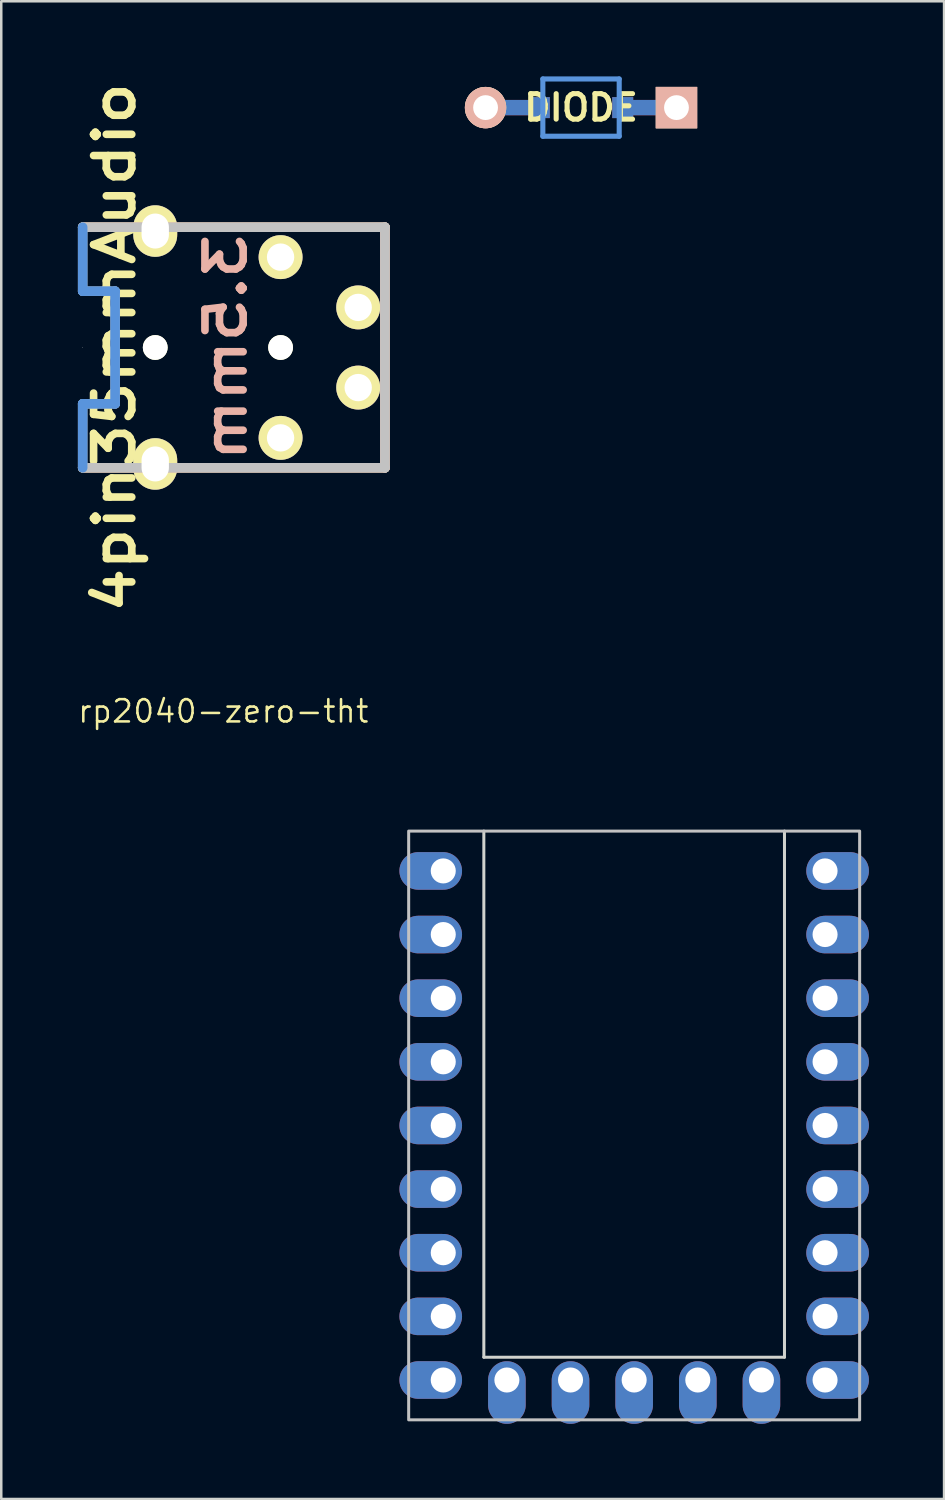
<source format=kicad_pcb>
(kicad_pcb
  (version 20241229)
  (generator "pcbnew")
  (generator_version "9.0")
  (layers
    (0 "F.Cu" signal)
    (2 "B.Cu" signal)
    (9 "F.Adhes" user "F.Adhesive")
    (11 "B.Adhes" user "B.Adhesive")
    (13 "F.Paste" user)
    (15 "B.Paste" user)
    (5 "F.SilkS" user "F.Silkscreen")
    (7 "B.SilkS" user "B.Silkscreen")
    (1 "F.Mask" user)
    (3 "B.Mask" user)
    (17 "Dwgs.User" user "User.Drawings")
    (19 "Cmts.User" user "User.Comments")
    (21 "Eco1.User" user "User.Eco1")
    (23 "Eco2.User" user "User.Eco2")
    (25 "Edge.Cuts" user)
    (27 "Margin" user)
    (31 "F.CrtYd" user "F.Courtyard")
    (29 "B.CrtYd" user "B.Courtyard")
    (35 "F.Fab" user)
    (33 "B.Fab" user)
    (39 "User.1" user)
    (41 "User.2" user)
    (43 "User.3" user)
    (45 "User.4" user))
  (footprint "DIODE"
    (layer "F.Cu")
    (at 20.141 1.245)
    (property "Reference" "DIODE" (at 0 0 0) (layer "F.SilkS") (effects (font (size 1.016 1.016) (thickness 0.203))))
    (attr through_hole)
    (fp_line (start -3.81 0) (end -1.664 0) (stroke (width 0.61) (type solid)) (layer "F.Cu"))
    (fp_line (start 1.664 0) (end 3.81 0) (stroke (width 0.61) (type solid)) (layer "F.Cu"))
    (fp_line (start -3.81 0) (end -1.664 0) (stroke (width 0.61) (type solid)) (layer "B.Cu"))
    (fp_line (start 1.664 0) (end 3.81 0) (stroke (width 0.61) (type solid)) (layer "B.Cu"))
    (fp_line (start -1.524 -1.143) (end 1.524 -1.143) (stroke (width 0.203) (type solid)) (layer "Cmts.User"))
    (fp_line (start -1.524 1.143) (end -1.524 -1.143) (stroke (width 0.203) (type solid)) (layer "Cmts.User"))
    (fp_line (start 1.524 -1.143) (end 1.524 1.143) (stroke (width 0.203) (type solid)) (layer "Cmts.User"))
    (fp_line (start 1.524 1.143) (end -1.524 1.143) (stroke (width 0.203) (type solid)) (layer "Cmts.User"))
    (pad "1" thru_hole circle (at -3.81 0) (size 1.651 1.651) (drill 0.991) (layers "*.Cu" "*.SilkS" "*.Mask"))
    (pad "2" thru_hole rect (at 3.81 0) (size 1.651 1.651) (drill 0.991) (layers "*.Cu" "*.SilkS" "*.Mask"))
    (pad "99" smd rect (at -1.664 0) (size 0.838 0.838) (layers "F.Cu" "F.Mask" "F.Paste"))
    (pad "99" smd rect (at -1.664 0) (size 0.838 0.838) (layers "B.Cu" "B.Mask" "B.Paste"))
    (pad "99" smd rect (at 1.664 0) (size 0.838 0.838) (layers "F.Cu" "F.Mask" "F.Paste"))
    (pad "99" smd rect (at 1.664 0) (size 0.838 0.838) (layers "B.Cu" "B.Mask" "B.Paste")))
  (footprint "rp2040-zero-tht"
    (layer "F.Cu")
    (at 22.262 41.872)
    (property "Reference" "rp2040-zero-tht" (at -16.399 -16.533 0) (layer "F.SilkS") (effects (font (size 0.889 0.889) (thickness 0.102))))
    (attr through_hole exclude_from_pos_files)
    (fp_rect (start -9 -11.75) (end 9 11.75) (stroke (width 0.12) (type solid)) (fill no) (layer "Dwgs.User"))
    (fp_line (start -6 -11.75) (end -6 9.25) (stroke (width 0.12) (type solid)) (layer "Edge.Cuts"))
    (fp_line (start -6 9.25) (end 6 9.25) (stroke (width 0.12) (type solid)) (layer "Edge.Cuts"))
    (fp_line (start 6 9.25) (end 6 -11.75) (stroke (width 0.12) (type solid)) (layer "Edge.Cuts"))
    (pad "1" thru_hole oval (at 7.62 -10.16 180) (size 2.5 1.5) (drill 1 (offset -0.5 0)) (layers "*.Cu" "*.Mask"))
    (pad "2" thru_hole oval (at 7.62 -7.62 180) (size 2.5 1.5) (drill 1 (offset -0.5 0)) (layers "*.Cu" "*.Mask"))
    (pad "3" thru_hole oval (at 7.62 -5.08 180) (size 2.5 1.5) (drill 1 (offset -0.5 0)) (layers "*.Cu" "*.Mask"))
    (pad "4" thru_hole oval (at 7.62 -2.54 180) (size 2.5 1.5) (drill 1 (offset -0.5 0)) (layers "*.Cu" "*.Mask"))
    (pad "5" thru_hole oval (at 7.62 0 180) (size 2.5 1.5) (drill 1 (offset -0.5 0)) (layers "*.Cu" "*.Mask"))
    (pad "6" thru_hole oval (at 7.62 2.54 180) (size 2.5 1.5) (drill 1 (offset -0.5 0)) (layers "*.Cu" "*.Mask"))
    (pad "7" thru_hole oval (at 7.62 5.08 180) (size 2.5 1.5) (drill 1 (offset -0.5 0)) (layers "*.Cu" "*.Mask"))
    (pad "8" thru_hole oval (at 7.62 7.62 180) (size 2.5 1.5) (drill 1 (offset -0.5 0)) (layers "*.Cu" "*.Mask"))
    (pad "9" thru_hole oval (at 7.62 10.16 180) (size 2.5 1.5) (drill 1 (offset -0.5 0)) (layers "*.Cu" "*.Mask"))
    (pad "10" thru_hole oval (at 5.08 10.16 90) (size 2.5 1.5) (drill 1 (offset -0.5 0)) (layers "*.Cu" "*.Mask"))
    (pad "11" thru_hole oval (at 2.54 10.16 90) (size 2.5 1.5) (drill 1 (offset -0.5 0)) (layers "*.Cu" "*.Mask"))
    (pad "12" thru_hole oval (at 0 10.16 90) (size 2.5 1.5) (drill 1 (offset -0.5 0)) (layers "*.Cu" "*.Mask"))
    (pad "13" thru_hole oval (at -2.54 10.16 90) (size 2.5 1.5) (drill 1 (offset -0.5 0)) (layers "*.Cu" "*.Mask"))
    (pad "14" thru_hole oval (at -5.08 10.16 90) (size 2.5 1.5) (drill 1 (offset -0.5 0)) (layers "*.Cu" "*.Mask"))
    (pad "15" thru_hole oval (at -7.62 10.16) (size 2.5 1.5) (drill 1 (offset -0.5 0)) (layers "*.Cu" "*.Mask"))
    (pad "16" thru_hole oval (at -7.62 7.62) (size 2.5 1.5) (drill 1 (offset -0.5 0)) (layers "*.Cu" "*.Mask"))
    (pad "17" thru_hole oval (at -7.62 5.08) (size 2.5 1.5) (drill 1 (offset -0.5 0)) (layers "*.Cu" "*.Mask"))
    (pad "18" thru_hole oval (at -7.62 2.54) (size 2.5 1.5) (drill 1 (offset -0.5 0)) (layers "*.Cu" "*.Mask"))
    (pad "19" thru_hole oval (at -7.62 0) (size 2.5 1.5) (drill 1 (offset -0.5 0)) (layers "*.Cu" "*.Mask"))
    (pad "20" thru_hole oval (at -7.62 -2.54) (size 2.5 1.5) (drill 1 (offset -0.5 0)) (layers "*.Cu" "*.Mask"))
    (pad "21" thru_hole oval (at -7.62 -5.08) (size 2.5 1.5) (drill 1 (offset -0.5 0)) (layers "*.Cu" "*.Mask"))
    (pad "22" thru_hole oval (at -7.62 -7.62) (size 2.5 1.5) (drill 1 (offset -0.5 0)) (layers "*.Cu" "*.Mask"))
    (pad "23" thru_hole oval (at -7.62 -10.16) (size 2.5 1.5) (drill 1 (offset -0.5 0)) (layers "*.Cu" "*.Mask")))
  (footprint "4pin35mmAudio"
    (layer "F.Cu")
    (at 0.25 10.82)
    (property "Reference" "4pin35mmAudio" (at 1.27 0 90) (layer "F.SilkS") (effects (font (size 1.524 1.778) (thickness 0.305))))
    (attr through_hole)
    (fp_line (start 0 -4.801) (end 12.065 -4.801) (stroke (width 0.381) (type solid)) (layer "F.SilkS"))
    (fp_line (start 12.065 -4.801) (end 12.065 4.801) (stroke (width 0.381) (type solid)) (layer "F.SilkS"))
    (fp_line (start 12.065 4.801) (end 0 4.801) (stroke (width 0.381) (type solid)) (layer "F.SilkS"))
    (fp_line (start 0 -4.801) (end 12.065 -4.801) (stroke (width 0.381) (type solid)) (layer "B.SilkS"))
    (fp_line (start 12.065 -4.801) (end 12.065 4.801) (stroke (width 0.381) (type solid)) (layer "B.SilkS"))
    (fp_line (start 12.065 4.801) (end 0 4.801) (stroke (width 0.381) (type solid)) (layer "B.SilkS"))
    (fp_line (start 0 -4.801) (end 0 -2.248) (stroke (width 0.381) (type solid)) (layer "Dwgs.User"))
    (fp_line (start 0 -2.248) (end 1.295 -2.248) (stroke (width 0.381) (type solid)) (layer "Dwgs.User"))
    (fp_line (start 0 0) (end 0 0) (stroke (width 0.025) (type solid)) (layer "Dwgs.User"))
    (fp_line (start 0 2.248) (end 0 4.801) (stroke (width 0.381) (type solid)) (layer "Dwgs.User"))
    (fp_line (start 0 4.801) (end 12.065 4.801) (stroke (width 0.381) (type solid)) (layer "Dwgs.User"))
    (fp_line (start 1.295 -2.248) (end 1.295 2.248) (stroke (width 0.381) (type solid)) (layer "Dwgs.User"))
    (fp_line (start 1.295 2.248) (end 0 2.248) (stroke (width 0.381) (type solid)) (layer "Dwgs.User"))
    (fp_line (start 12.065 -4.801) (end 0 -4.801) (stroke (width 0.381) (type solid)) (layer "Dwgs.User"))
    (fp_line (start 12.065 4.801) (end 12.065 -4.801) (stroke (width 0.381) (type solid)) (layer "Dwgs.User"))
    (fp_line (start 0 -2.248) (end 0 -4.801) (stroke (width 0.381) (type solid)) (layer "Cmts.User"))
    (fp_line (start 0 -2.248) (end 1.295 -2.248) (stroke (width 0.381) (type solid)) (layer "Cmts.User"))
    (fp_line (start 0 4.801) (end 0 2.248) (stroke (width 0.381) (type solid)) (layer "Cmts.User"))
    (fp_line (start 1.295 -2.248) (end 1.295 2.248) (stroke (width 0.381) (type solid)) (layer "Cmts.User"))
    (fp_line (start 1.295 2.248) (end 0 2.248) (stroke (width 0.381) (type solid)) (layer "Cmts.User"))
    (fp_text user "3.5mm" (at 5.715 0 90) (layer "B.SilkS") (effects (font (size 1.524 1.778) (thickness 0.305)) (justify mirror)))
    (pad "" np_thru_hole circle (at 2.896 0) (size 0.991 0.991) (drill 0.991) (layers "*.Cu" "*.Mask" "F.SilkS"))
    (pad "" np_thru_hole circle (at 7.899 0) (size 0.991 0.991) (drill 0.991) (layers "*.Cu" "*.Mask" "F.SilkS"))
    (pad "1" thru_hole oval (at 2.896 -4.648) (size 1.753 2.057) (drill oval 1.092 1.397) (layers "*.Cu" "*.Mask" "F.SilkS"))
    (pad "2" thru_hole circle (at 7.899 3.607) (size 1.753 1.753) (drill 1.092) (layers "*.Cu" "*.Mask" "F.SilkS"))
    (pad "3" thru_hole circle (at 10.998 -1.6) (size 1.753 1.753) (drill 1.092) (layers "*.Cu" "*.Mask" "F.SilkS"))
    (pad "4" thru_hole oval (at 2.896 4.648) (size 1.753 2.057) (drill oval 1.092 1.397) (layers "*.Cu" "*.Mask" "F.SilkS"))
    (pad "5" thru_hole circle (at 10.998 1.6) (size 1.753 1.753) (drill 1.092) (layers "*.Cu" "*.Mask" "F.SilkS"))
    (pad "6" thru_hole circle (at 7.899 -3.607) (size 1.753 1.753) (drill 1.092) (layers "*.Cu" "*.Mask" "F.SilkS")))
  (gr_rect
    (start -3 -3)
    (end 34.632 56.782)
    (stroke (width 0.1) (type default))
    (fill no)
    (layer "Edge.Cuts")))
</source>
